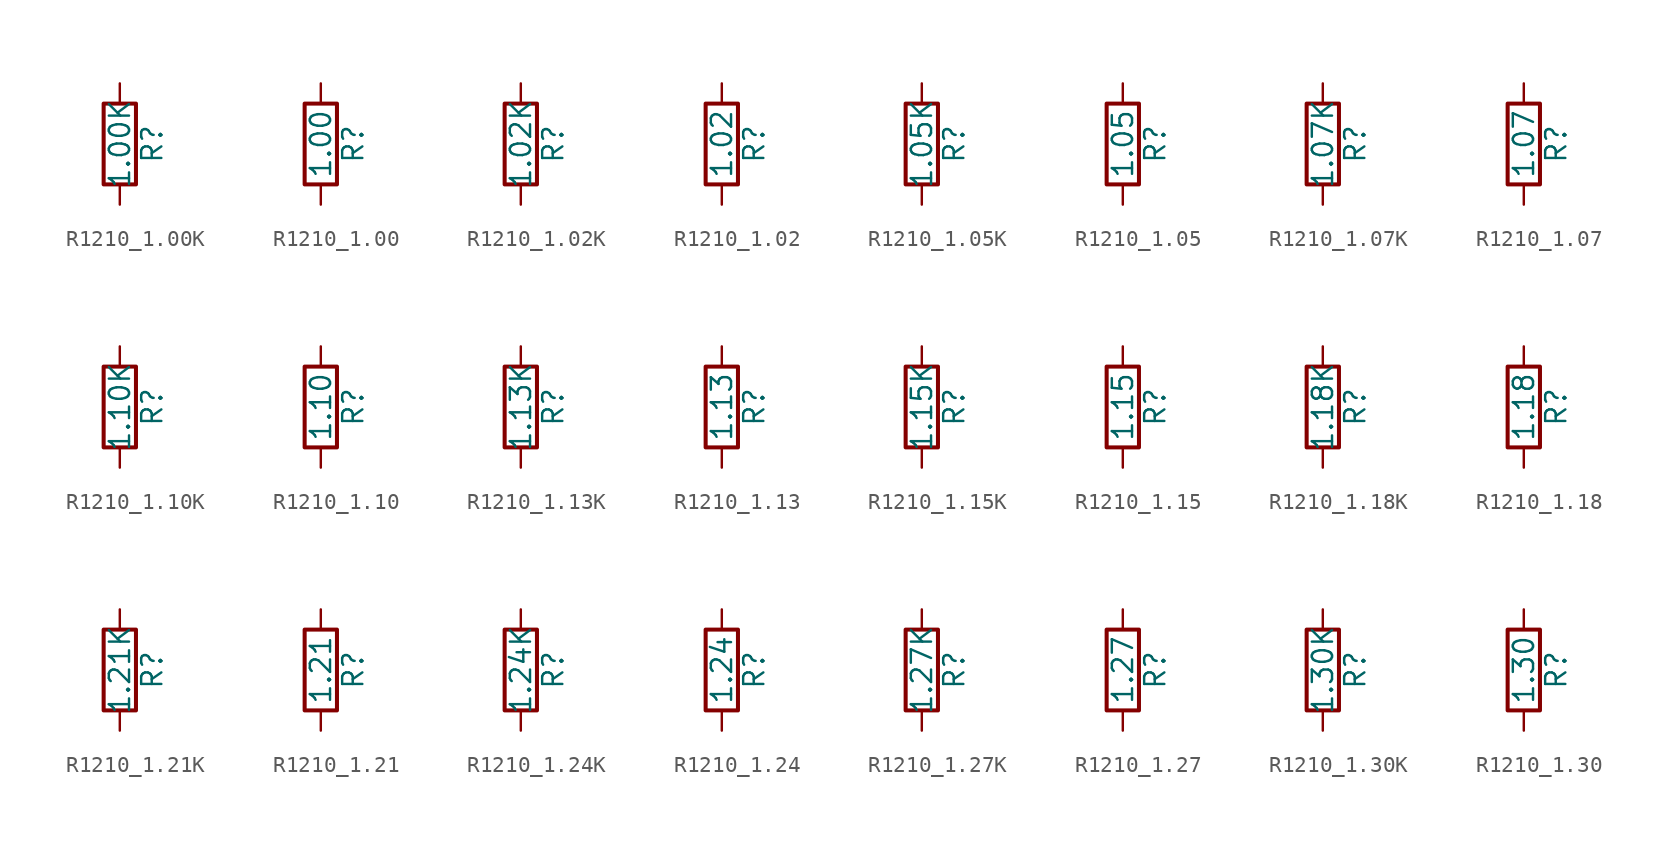
<source format=kicad_sym>
(kicad_symbol_lib
  (version 20211014)
  (generator atlantix-eda)
  (symbol "R1210_1.00K"
    (pin_numbers hide)
    (pin_names
      (offset 0))
    (property "Reference" "R"
      (at 2.032 0 90)
      (effects (font (size 1.27 1.27))))
    (property "Value" "1.00K"
      (at 0 0 90)
      (effects (font (size 1.27 1.27))))
    (symbol "R1210_1.00K_0_1"
      (rectangle (start -1.016 -2.54) (end 1.016 2.54) (stroke (width 0.254) (type default) (color 0 0 0 0)) (fill (type none))))
    (symbol "R1210_1.00K_1_1"
      (pin passive line (at 0 3.81 270) (length 1.27) (name "~" (effects (font (size 1.27 1.27)))) (number "1" (effects (font (size 1.27 1.27)))))
      (pin passive line (at 0 -3.81 90) (length 1.27) (name "~" (effects (font (size 1.27 1.27)))) (number "2" (effects (font (size 1.27 1.27)))))))
  (symbol "R1210_1.00"
    (pin_numbers hide)
    (pin_names
      (offset 0))
    (property "Reference" "R"
      (at 2.032 0 90)
      (effects (font (size 1.27 1.27))))
    (property "Value" "1.00"
      (at 0 0 90)
      (effects (font (size 1.27 1.27))))
    (symbol "R1210_1.00_0_1"
      (rectangle (start -1.016 -2.54) (end 1.016 2.54) (stroke (width 0.254) (type default) (color 0 0 0 0)) (fill (type none))))
    (symbol "R1210_1.00_1_1"
      (pin passive line (at 0 3.81 270) (length 1.27) (name "~" (effects (font (size 1.27 1.27)))) (number "1" (effects (font (size 1.27 1.27)))))
      (pin passive line (at 0 -3.81 90) (length 1.27) (name "~" (effects (font (size 1.27 1.27)))) (number "2" (effects (font (size 1.27 1.27)))))))
  (symbol "R1210_1.02K"
    (pin_numbers hide)
    (pin_names
      (offset 0))
    (property "Reference" "R"
      (at 2.032 0 90)
      (effects (font (size 1.27 1.27))))
    (property "Value" "1.02K"
      (at 0 0 90)
      (effects (font (size 1.27 1.27))))
    (symbol "R1210_1.02K_0_1"
      (rectangle (start -1.016 -2.54) (end 1.016 2.54) (stroke (width 0.254) (type default) (color 0 0 0 0)) (fill (type none))))
    (symbol "R1210_1.02K_1_1"
      (pin passive line (at 0 3.81 270) (length 1.27) (name "~" (effects (font (size 1.27 1.27)))) (number "1" (effects (font (size 1.27 1.27)))))
      (pin passive line (at 0 -3.81 90) (length 1.27) (name "~" (effects (font (size 1.27 1.27)))) (number "2" (effects (font (size 1.27 1.27)))))))
  (symbol "R1210_1.02"
    (pin_numbers hide)
    (pin_names
      (offset 0))
    (property "Reference" "R"
      (at 2.032 0 90)
      (effects (font (size 1.27 1.27))))
    (property "Value" "1.02"
      (at 0 0 90)
      (effects (font (size 1.27 1.27))))
    (symbol "R1210_1.02_0_1"
      (rectangle (start -1.016 -2.54) (end 1.016 2.54) (stroke (width 0.254) (type default) (color 0 0 0 0)) (fill (type none))))
    (symbol "R1210_1.02_1_1"
      (pin passive line (at 0 3.81 270) (length 1.27) (name "~" (effects (font (size 1.27 1.27)))) (number "1" (effects (font (size 1.27 1.27)))))
      (pin passive line (at 0 -3.81 90) (length 1.27) (name "~" (effects (font (size 1.27 1.27)))) (number "2" (effects (font (size 1.27 1.27)))))))
  (symbol "R1210_1.05K"
    (pin_numbers hide)
    (pin_names
      (offset 0))
    (property "Reference" "R"
      (at 2.032 0 90)
      (effects (font (size 1.27 1.27))))
    (property "Value" "1.05K"
      (at 0 0 90)
      (effects (font (size 1.27 1.27))))
    (symbol "R1210_1.05K_0_1"
      (rectangle (start -1.016 -2.54) (end 1.016 2.54) (stroke (width 0.254) (type default) (color 0 0 0 0)) (fill (type none))))
    (symbol "R1210_1.05K_1_1"
      (pin passive line (at 0 3.81 270) (length 1.27) (name "~" (effects (font (size 1.27 1.27)))) (number "1" (effects (font (size 1.27 1.27)))))
      (pin passive line (at 0 -3.81 90) (length 1.27) (name "~" (effects (font (size 1.27 1.27)))) (number "2" (effects (font (size 1.27 1.27)))))))
  (symbol "R1210_1.05"
    (pin_numbers hide)
    (pin_names
      (offset 0))
    (property "Reference" "R"
      (at 2.032 0 90)
      (effects (font (size 1.27 1.27))))
    (property "Value" "1.05"
      (at 0 0 90)
      (effects (font (size 1.27 1.27))))
    (symbol "R1210_1.05_0_1"
      (rectangle (start -1.016 -2.54) (end 1.016 2.54) (stroke (width 0.254) (type default) (color 0 0 0 0)) (fill (type none))))
    (symbol "R1210_1.05_1_1"
      (pin passive line (at 0 3.81 270) (length 1.27) (name "~" (effects (font (size 1.27 1.27)))) (number "1" (effects (font (size 1.27 1.27)))))
      (pin passive line (at 0 -3.81 90) (length 1.27) (name "~" (effects (font (size 1.27 1.27)))) (number "2" (effects (font (size 1.27 1.27)))))))
  (symbol "R1210_1.07K"
    (pin_numbers hide)
    (pin_names
      (offset 0))
    (property "Reference" "R"
      (at 2.032 0 90)
      (effects (font (size 1.27 1.27))))
    (property "Value" "1.07K"
      (at 0 0 90)
      (effects (font (size 1.27 1.27))))
    (symbol "R1210_1.07K_0_1"
      (rectangle (start -1.016 -2.54) (end 1.016 2.54) (stroke (width 0.254) (type default) (color 0 0 0 0)) (fill (type none))))
    (symbol "R1210_1.07K_1_1"
      (pin passive line (at 0 3.81 270) (length 1.27) (name "~" (effects (font (size 1.27 1.27)))) (number "1" (effects (font (size 1.27 1.27)))))
      (pin passive line (at 0 -3.81 90) (length 1.27) (name "~" (effects (font (size 1.27 1.27)))) (number "2" (effects (font (size 1.27 1.27)))))))
  (symbol "R1210_1.07"
    (pin_numbers hide)
    (pin_names
      (offset 0))
    (property "Reference" "R"
      (at 2.032 0 90)
      (effects (font (size 1.27 1.27))))
    (property "Value" "1.07"
      (at 0 0 90)
      (effects (font (size 1.27 1.27))))
    (symbol "R1210_1.07_0_1"
      (rectangle (start -1.016 -2.54) (end 1.016 2.54) (stroke (width 0.254) (type default) (color 0 0 0 0)) (fill (type none))))
    (symbol "R1210_1.07_1_1"
      (pin passive line (at 0 3.81 270) (length 1.27) (name "~" (effects (font (size 1.27 1.27)))) (number "1" (effects (font (size 1.27 1.27)))))
      (pin passive line (at 0 -3.81 90) (length 1.27) (name "~" (effects (font (size 1.27 1.27)))) (number "2" (effects (font (size 1.27 1.27)))))))
  (symbol "R1210_1.10K"
    (pin_numbers hide)
    (pin_names
      (offset 0))
    (property "Reference" "R"
      (at 2.032 0 90)
      (effects (font (size 1.27 1.27))))
    (property "Value" "1.10K"
      (at 0 0 90)
      (effects (font (size 1.27 1.27))))
    (symbol "R1210_1.10K_0_1"
      (rectangle (start -1.016 -2.54) (end 1.016 2.54) (stroke (width 0.254) (type default) (color 0 0 0 0)) (fill (type none))))
    (symbol "R1210_1.10K_1_1"
      (pin passive line (at 0 3.81 270) (length 1.27) (name "~" (effects (font (size 1.27 1.27)))) (number "1" (effects (font (size 1.27 1.27)))))
      (pin passive line (at 0 -3.81 90) (length 1.27) (name "~" (effects (font (size 1.27 1.27)))) (number "2" (effects (font (size 1.27 1.27)))))))
  (symbol "R1210_1.10"
    (pin_numbers hide)
    (pin_names
      (offset 0))
    (property "Reference" "R"
      (at 2.032 0 90)
      (effects (font (size 1.27 1.27))))
    (property "Value" "1.10"
      (at 0 0 90)
      (effects (font (size 1.27 1.27))))
    (symbol "R1210_1.10_0_1"
      (rectangle (start -1.016 -2.54) (end 1.016 2.54) (stroke (width 0.254) (type default) (color 0 0 0 0)) (fill (type none))))
    (symbol "R1210_1.10_1_1"
      (pin passive line (at 0 3.81 270) (length 1.27) (name "~" (effects (font (size 1.27 1.27)))) (number "1" (effects (font (size 1.27 1.27)))))
      (pin passive line (at 0 -3.81 90) (length 1.27) (name "~" (effects (font (size 1.27 1.27)))) (number "2" (effects (font (size 1.27 1.27)))))))
  (symbol "R1210_1.13K"
    (pin_numbers hide)
    (pin_names
      (offset 0))
    (property "Reference" "R"
      (at 2.032 0 90)
      (effects (font (size 1.27 1.27))))
    (property "Value" "1.13K"
      (at 0 0 90)
      (effects (font (size 1.27 1.27))))
    (symbol "R1210_1.13K_0_1"
      (rectangle (start -1.016 -2.54) (end 1.016 2.54) (stroke (width 0.254) (type default) (color 0 0 0 0)) (fill (type none))))
    (symbol "R1210_1.13K_1_1"
      (pin passive line (at 0 3.81 270) (length 1.27) (name "~" (effects (font (size 1.27 1.27)))) (number "1" (effects (font (size 1.27 1.27)))))
      (pin passive line (at 0 -3.81 90) (length 1.27) (name "~" (effects (font (size 1.27 1.27)))) (number "2" (effects (font (size 1.27 1.27)))))))
  (symbol "R1210_1.13"
    (pin_numbers hide)
    (pin_names
      (offset 0))
    (property "Reference" "R"
      (at 2.032 0 90)
      (effects (font (size 1.27 1.27))))
    (property "Value" "1.13"
      (at 0 0 90)
      (effects (font (size 1.27 1.27))))
    (symbol "R1210_1.13_0_1"
      (rectangle (start -1.016 -2.54) (end 1.016 2.54) (stroke (width 0.254) (type default) (color 0 0 0 0)) (fill (type none))))
    (symbol "R1210_1.13_1_1"
      (pin passive line (at 0 3.81 270) (length 1.27) (name "~" (effects (font (size 1.27 1.27)))) (number "1" (effects (font (size 1.27 1.27)))))
      (pin passive line (at 0 -3.81 90) (length 1.27) (name "~" (effects (font (size 1.27 1.27)))) (number "2" (effects (font (size 1.27 1.27)))))))
  (symbol "R1210_1.15K"
    (pin_numbers hide)
    (pin_names
      (offset 0))
    (property "Reference" "R"
      (at 2.032 0 90)
      (effects (font (size 1.27 1.27))))
    (property "Value" "1.15K"
      (at 0 0 90)
      (effects (font (size 1.27 1.27))))
    (symbol "R1210_1.15K_0_1"
      (rectangle (start -1.016 -2.54) (end 1.016 2.54) (stroke (width 0.254) (type default) (color 0 0 0 0)) (fill (type none))))
    (symbol "R1210_1.15K_1_1"
      (pin passive line (at 0 3.81 270) (length 1.27) (name "~" (effects (font (size 1.27 1.27)))) (number "1" (effects (font (size 1.27 1.27)))))
      (pin passive line (at 0 -3.81 90) (length 1.27) (name "~" (effects (font (size 1.27 1.27)))) (number "2" (effects (font (size 1.27 1.27)))))))
  (symbol "R1210_1.15"
    (pin_numbers hide)
    (pin_names
      (offset 0))
    (property "Reference" "R"
      (at 2.032 0 90)
      (effects (font (size 1.27 1.27))))
    (property "Value" "1.15"
      (at 0 0 90)
      (effects (font (size 1.27 1.27))))
    (symbol "R1210_1.15_0_1"
      (rectangle (start -1.016 -2.54) (end 1.016 2.54) (stroke (width 0.254) (type default) (color 0 0 0 0)) (fill (type none))))
    (symbol "R1210_1.15_1_1"
      (pin passive line (at 0 3.81 270) (length 1.27) (name "~" (effects (font (size 1.27 1.27)))) (number "1" (effects (font (size 1.27 1.27)))))
      (pin passive line (at 0 -3.81 90) (length 1.27) (name "~" (effects (font (size 1.27 1.27)))) (number "2" (effects (font (size 1.27 1.27)))))))
  (symbol "R1210_1.18K"
    (pin_numbers hide)
    (pin_names
      (offset 0))
    (property "Reference" "R"
      (at 2.032 0 90)
      (effects (font (size 1.27 1.27))))
    (property "Value" "1.18K"
      (at 0 0 90)
      (effects (font (size 1.27 1.27))))
    (symbol "R1210_1.18K_0_1"
      (rectangle (start -1.016 -2.54) (end 1.016 2.54) (stroke (width 0.254) (type default) (color 0 0 0 0)) (fill (type none))))
    (symbol "R1210_1.18K_1_1"
      (pin passive line (at 0 3.81 270) (length 1.27) (name "~" (effects (font (size 1.27 1.27)))) (number "1" (effects (font (size 1.27 1.27)))))
      (pin passive line (at 0 -3.81 90) (length 1.27) (name "~" (effects (font (size 1.27 1.27)))) (number "2" (effects (font (size 1.27 1.27)))))))
  (symbol "R1210_1.18"
    (pin_numbers hide)
    (pin_names
      (offset 0))
    (property "Reference" "R"
      (at 2.032 0 90)
      (effects (font (size 1.27 1.27))))
    (property "Value" "1.18"
      (at 0 0 90)
      (effects (font (size 1.27 1.27))))
    (symbol "R1210_1.18_0_1"
      (rectangle (start -1.016 -2.54) (end 1.016 2.54) (stroke (width 0.254) (type default) (color 0 0 0 0)) (fill (type none))))
    (symbol "R1210_1.18_1_1"
      (pin passive line (at 0 3.81 270) (length 1.27) (name "~" (effects (font (size 1.27 1.27)))) (number "1" (effects (font (size 1.27 1.27)))))
      (pin passive line (at 0 -3.81 90) (length 1.27) (name "~" (effects (font (size 1.27 1.27)))) (number "2" (effects (font (size 1.27 1.27)))))))
  (symbol "R1210_1.21K"
    (pin_numbers hide)
    (pin_names
      (offset 0))
    (property "Reference" "R"
      (at 2.032 0 90)
      (effects (font (size 1.27 1.27))))
    (property "Value" "1.21K"
      (at 0 0 90)
      (effects (font (size 1.27 1.27))))
    (symbol "R1210_1.21K_0_1"
      (rectangle (start -1.016 -2.54) (end 1.016 2.54) (stroke (width 0.254) (type default) (color 0 0 0 0)) (fill (type none))))
    (symbol "R1210_1.21K_1_1"
      (pin passive line (at 0 3.81 270) (length 1.27) (name "~" (effects (font (size 1.27 1.27)))) (number "1" (effects (font (size 1.27 1.27)))))
      (pin passive line (at 0 -3.81 90) (length 1.27) (name "~" (effects (font (size 1.27 1.27)))) (number "2" (effects (font (size 1.27 1.27)))))))
  (symbol "R1210_1.21"
    (pin_numbers hide)
    (pin_names
      (offset 0))
    (property "Reference" "R"
      (at 2.032 0 90)
      (effects (font (size 1.27 1.27))))
    (property "Value" "1.21"
      (at 0 0 90)
      (effects (font (size 1.27 1.27))))
    (symbol "R1210_1.21_0_1"
      (rectangle (start -1.016 -2.54) (end 1.016 2.54) (stroke (width 0.254) (type default) (color 0 0 0 0)) (fill (type none))))
    (symbol "R1210_1.21_1_1"
      (pin passive line (at 0 3.81 270) (length 1.27) (name "~" (effects (font (size 1.27 1.27)))) (number "1" (effects (font (size 1.27 1.27)))))
      (pin passive line (at 0 -3.81 90) (length 1.27) (name "~" (effects (font (size 1.27 1.27)))) (number "2" (effects (font (size 1.27 1.27)))))))
  (symbol "R1210_1.24K"
    (pin_numbers hide)
    (pin_names
      (offset 0))
    (property "Reference" "R"
      (at 2.032 0 90)
      (effects (font (size 1.27 1.27))))
    (property "Value" "1.24K"
      (at 0 0 90)
      (effects (font (size 1.27 1.27))))
    (symbol "R1210_1.24K_0_1"
      (rectangle (start -1.016 -2.54) (end 1.016 2.54) (stroke (width 0.254) (type default) (color 0 0 0 0)) (fill (type none))))
    (symbol "R1210_1.24K_1_1"
      (pin passive line (at 0 3.81 270) (length 1.27) (name "~" (effects (font (size 1.27 1.27)))) (number "1" (effects (font (size 1.27 1.27)))))
      (pin passive line (at 0 -3.81 90) (length 1.27) (name "~" (effects (font (size 1.27 1.27)))) (number "2" (effects (font (size 1.27 1.27)))))))
  (symbol "R1210_1.24"
    (pin_numbers hide)
    (pin_names
      (offset 0))
    (property "Reference" "R"
      (at 2.032 0 90)
      (effects (font (size 1.27 1.27))))
    (property "Value" "1.24"
      (at 0 0 90)
      (effects (font (size 1.27 1.27))))
    (symbol "R1210_1.24_0_1"
      (rectangle (start -1.016 -2.54) (end 1.016 2.54) (stroke (width 0.254) (type default) (color 0 0 0 0)) (fill (type none))))
    (symbol "R1210_1.24_1_1"
      (pin passive line (at 0 3.81 270) (length 1.27) (name "~" (effects (font (size 1.27 1.27)))) (number "1" (effects (font (size 1.27 1.27)))))
      (pin passive line (at 0 -3.81 90) (length 1.27) (name "~" (effects (font (size 1.27 1.27)))) (number "2" (effects (font (size 1.27 1.27)))))))
  (symbol "R1210_1.27K"
    (pin_numbers hide)
    (pin_names
      (offset 0))
    (property "Reference" "R"
      (at 2.032 0 90)
      (effects (font (size 1.27 1.27))))
    (property "Value" "1.27K"
      (at 0 0 90)
      (effects (font (size 1.27 1.27))))
    (symbol "R1210_1.27K_0_1"
      (rectangle (start -1.016 -2.54) (end 1.016 2.54) (stroke (width 0.254) (type default) (color 0 0 0 0)) (fill (type none))))
    (symbol "R1210_1.27K_1_1"
      (pin passive line (at 0 3.81 270) (length 1.27) (name "~" (effects (font (size 1.27 1.27)))) (number "1" (effects (font (size 1.27 1.27)))))
      (pin passive line (at 0 -3.81 90) (length 1.27) (name "~" (effects (font (size 1.27 1.27)))) (number "2" (effects (font (size 1.27 1.27)))))))
  (symbol "R1210_1.27"
    (pin_numbers hide)
    (pin_names
      (offset 0))
    (property "Reference" "R"
      (at 2.032 0 90)
      (effects (font (size 1.27 1.27))))
    (property "Value" "1.27"
      (at 0 0 90)
      (effects (font (size 1.27 1.27))))
    (symbol "R1210_1.27_0_1"
      (rectangle (start -1.016 -2.54) (end 1.016 2.54) (stroke (width 0.254) (type default) (color 0 0 0 0)) (fill (type none))))
    (symbol "R1210_1.27_1_1"
      (pin passive line (at 0 3.81 270) (length 1.27) (name "~" (effects (font (size 1.27 1.27)))) (number "1" (effects (font (size 1.27 1.27)))))
      (pin passive line (at 0 -3.81 90) (length 1.27) (name "~" (effects (font (size 1.27 1.27)))) (number "2" (effects (font (size 1.27 1.27)))))))
  (symbol "R1210_1.30K"
    (pin_numbers hide)
    (pin_names
      (offset 0))
    (property "Reference" "R"
      (at 2.032 0 90)
      (effects (font (size 1.27 1.27))))
    (property "Value" "1.30K"
      (at 0 0 90)
      (effects (font (size 1.27 1.27))))
    (symbol "R1210_1.30K_0_1"
      (rectangle (start -1.016 -2.54) (end 1.016 2.54) (stroke (width 0.254) (type default) (color 0 0 0 0)) (fill (type none))))
    (symbol "R1210_1.30K_1_1"
      (pin passive line (at 0 3.81 270) (length 1.27) (name "~" (effects (font (size 1.27 1.27)))) (number "1" (effects (font (size 1.27 1.27)))))
      (pin passive line (at 0 -3.81 90) (length 1.27) (name "~" (effects (font (size 1.27 1.27)))) (number "2" (effects (font (size 1.27 1.27)))))))
  (symbol "R1210_1.30"
    (pin_numbers hide)
    (pin_names
      (offset 0))
    (property "Reference" "R"
      (at 2.032 0 90)
      (effects (font (size 1.27 1.27))))
    (property "Value" "1.30"
      (at 0 0 90)
      (effects (font (size 1.27 1.27))))
    (symbol "R1210_1.30_0_1"
      (rectangle (start -1.016 -2.54) (end 1.016 2.54) (stroke (width 0.254) (type default) (color 0 0 0 0)) (fill (type none))))
    (symbol "R1210_1.30_1_1"
      (pin passive line (at 0 3.81 270) (length 1.27) (name "~" (effects (font (size 1.27 1.27)))) (number "1" (effects (font (size 1.27 1.27)))))
      (pin passive line (at 0 -3.81 90) (length 1.27) (name "~" (effects (font (size 1.27 1.27)))) (number "2" (effects (font (size 1.27 1.27))))))))
</source>
